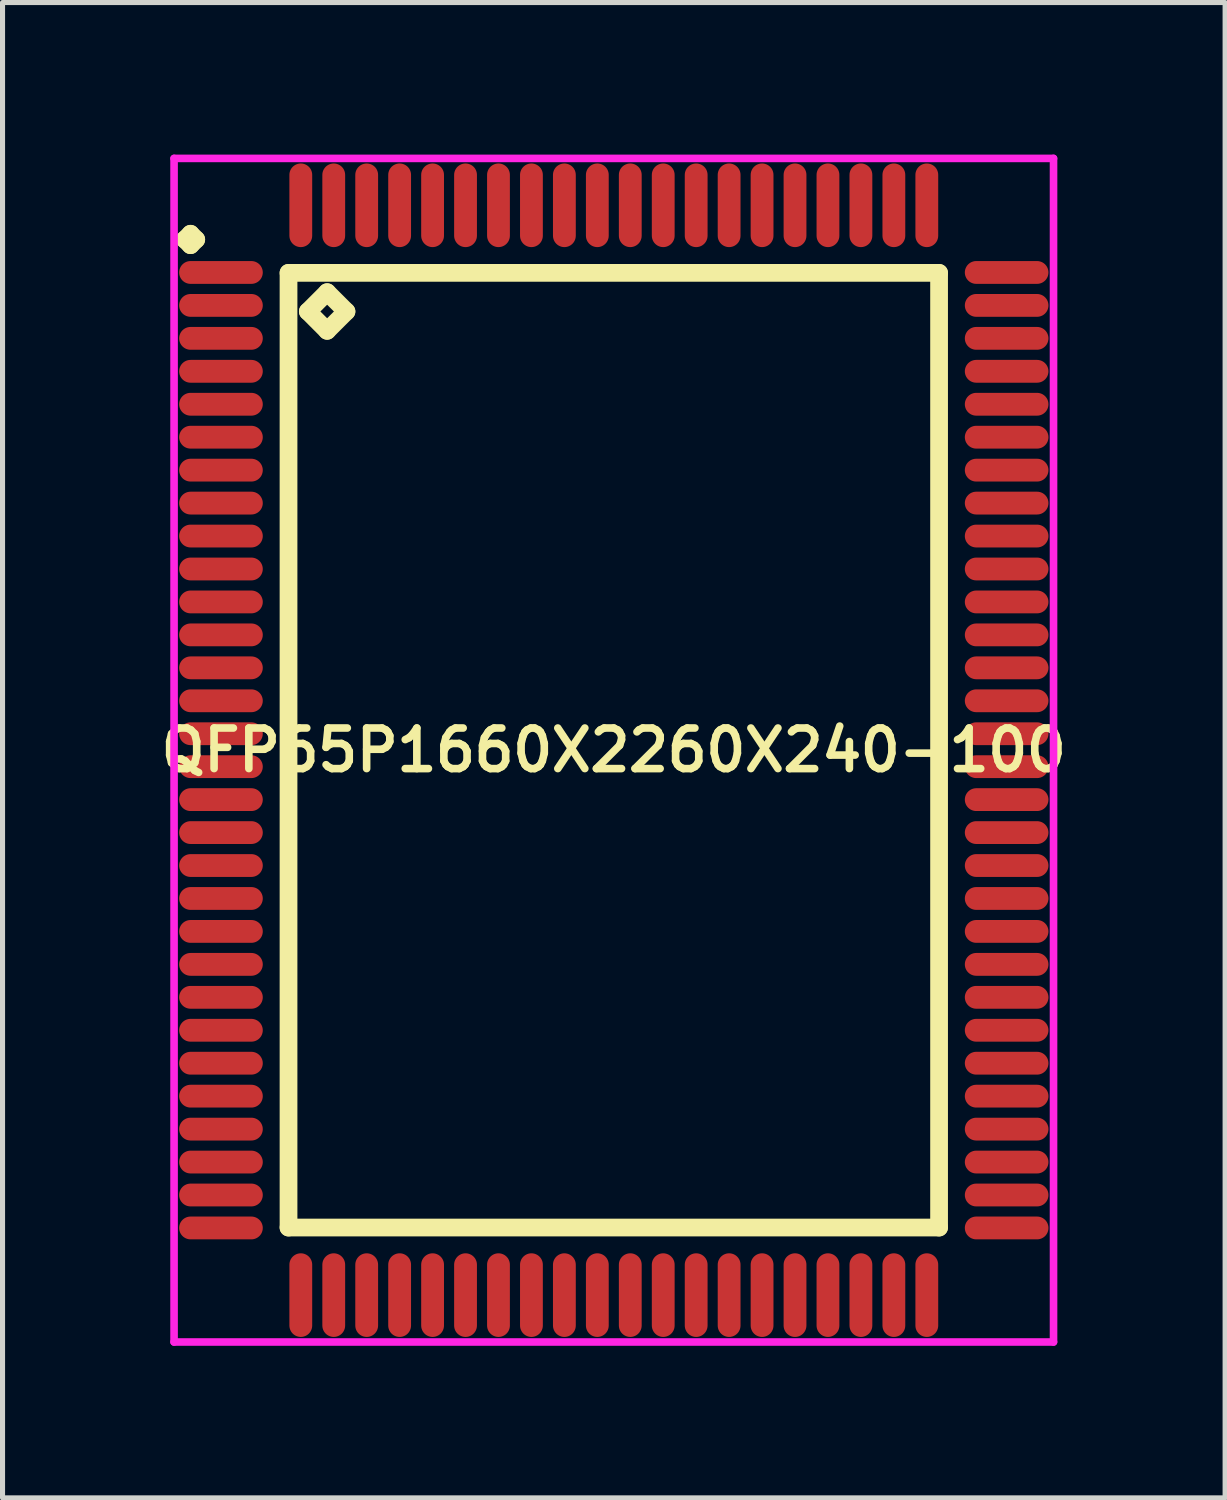
<source format=kicad_pcb>
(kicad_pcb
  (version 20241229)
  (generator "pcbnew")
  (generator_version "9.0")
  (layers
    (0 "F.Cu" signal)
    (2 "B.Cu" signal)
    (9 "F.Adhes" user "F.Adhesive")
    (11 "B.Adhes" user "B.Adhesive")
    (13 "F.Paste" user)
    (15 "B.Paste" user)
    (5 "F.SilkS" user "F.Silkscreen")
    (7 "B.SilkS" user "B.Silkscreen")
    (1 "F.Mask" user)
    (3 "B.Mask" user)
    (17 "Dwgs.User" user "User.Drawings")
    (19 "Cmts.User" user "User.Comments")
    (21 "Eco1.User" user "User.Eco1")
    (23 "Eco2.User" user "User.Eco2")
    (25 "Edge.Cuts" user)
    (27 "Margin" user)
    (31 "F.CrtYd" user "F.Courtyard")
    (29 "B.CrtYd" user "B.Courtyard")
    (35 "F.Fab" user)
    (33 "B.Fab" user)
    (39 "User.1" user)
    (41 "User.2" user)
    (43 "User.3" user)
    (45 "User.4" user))
  (footprint "QFP65P1660X2260X240-100"
    (layer "F.Cu")
    (at 9.059 11.75)
    (property "Reference" "QFP65P1660X2260X240-100" (at 0 0 0) (layer "F.SilkS") (effects (font (size 0.8 0.8) (thickness 0.15))))
    (attr through_hole)
    (fp_line (start -8.463 -10.075) (end -8.35 -10.188) (stroke (width 0.35) (type solid)) (layer "F.SilkS"))
    (fp_line (start -8.35 -10.188) (end -8.238 -10.075) (stroke (width 0.35) (type solid)) (layer "F.SilkS"))
    (fp_line (start -8.35 -9.963) (end -8.463 -10.075) (stroke (width 0.35) (type solid)) (layer "F.SilkS"))
    (fp_line (start -8.238 -10.075) (end -8.35 -9.963) (stroke (width 0.35) (type solid)) (layer "F.SilkS"))
    (fp_line (start -6.417 -9.417) (end -6.417 9.417) (stroke (width 0.35) (type solid)) (layer "F.SilkS"))
    (fp_line (start -6.417 9.417) (end 6.417 9.417) (stroke (width 0.35) (type solid)) (layer "F.SilkS"))
    (fp_line (start -6.036 -8.655) (end -5.655 -9.036) (stroke (width 0.35) (type solid)) (layer "F.SilkS"))
    (fp_line (start -5.655 -9.036) (end -5.274 -8.655) (stroke (width 0.35) (type solid)) (layer "F.SilkS"))
    (fp_line (start -5.655 -8.274) (end -6.036 -8.655) (stroke (width 0.35) (type solid)) (layer "F.SilkS"))
    (fp_line (start -5.274 -8.655) (end -5.655 -8.274) (stroke (width 0.35) (type solid)) (layer "F.SilkS"))
    (fp_line (start 6.417 -9.417) (end -6.417 -9.417) (stroke (width 0.35) (type solid)) (layer "F.SilkS"))
    (fp_line (start 6.417 9.417) (end 6.417 -9.417) (stroke (width 0.35) (type solid)) (layer "F.SilkS"))
    (fp_line (start -8.675 -11.675) (end 8.675 -11.675) (stroke (width 0.15) (type solid)) (layer "F.CrtYd"))
    (fp_line (start -8.675 11.675) (end -8.675 -11.675) (stroke (width 0.15) (type solid)) (layer "F.CrtYd"))
    (fp_line (start 8.675 -11.675) (end 8.675 11.675) (stroke (width 0.15) (type solid)) (layer "F.CrtYd"))
    (fp_line (start 8.675 11.675) (end -8.675 11.675) (stroke (width 0.15) (type solid)) (layer "F.CrtYd"))
    (pad "1" smd oval (at -7.75 -9.425) (size 1.65 0.45) (layers "F.Cu" "F.Mask" "F.Paste"))
    (pad "2" smd oval (at -7.75 -8.775) (size 1.65 0.45) (layers "F.Cu" "F.Mask" "F.Paste"))
    (pad "3" smd oval (at -7.75 -8.125) (size 1.65 0.45) (layers "F.Cu" "F.Mask" "F.Paste"))
    (pad "4" smd oval (at -7.75 -7.475) (size 1.65 0.45) (layers "F.Cu" "F.Mask" "F.Paste"))
    (pad "5" smd oval (at -7.75 -6.825) (size 1.65 0.45) (layers "F.Cu" "F.Mask" "F.Paste"))
    (pad "6" smd oval (at -7.75 -6.175) (size 1.65 0.45) (layers "F.Cu" "F.Mask" "F.Paste"))
    (pad "7" smd oval (at -7.75 -5.525) (size 1.65 0.45) (layers "F.Cu" "F.Mask" "F.Paste"))
    (pad "8" smd oval (at -7.75 -4.875) (size 1.65 0.45) (layers "F.Cu" "F.Mask" "F.Paste"))
    (pad "9" smd oval (at -7.75 -4.225) (size 1.65 0.45) (layers "F.Cu" "F.Mask" "F.Paste"))
    (pad "10" smd oval (at -7.75 -3.575) (size 1.65 0.45) (layers "F.Cu" "F.Mask" "F.Paste"))
    (pad "11" smd oval (at -7.75 -2.925) (size 1.65 0.45) (layers "F.Cu" "F.Mask" "F.Paste"))
    (pad "12" smd oval (at -7.75 -2.275) (size 1.65 0.45) (layers "F.Cu" "F.Mask" "F.Paste"))
    (pad "13" smd oval (at -7.75 -1.625) (size 1.65 0.45) (layers "F.Cu" "F.Mask" "F.Paste"))
    (pad "14" smd oval (at -7.75 -0.975) (size 1.65 0.45) (layers "F.Cu" "F.Mask" "F.Paste"))
    (pad "15" smd oval (at -7.75 -0.325) (size 1.65 0.45) (layers "F.Cu" "F.Mask" "F.Paste"))
    (pad "16" smd oval (at -7.75 0.325) (size 1.65 0.45) (layers "F.Cu" "F.Mask" "F.Paste"))
    (pad "17" smd oval (at -7.75 0.975) (size 1.65 0.45) (layers "F.Cu" "F.Mask" "F.Paste"))
    (pad "18" smd oval (at -7.75 1.625) (size 1.65 0.45) (layers "F.Cu" "F.Mask" "F.Paste"))
    (pad "19" smd oval (at -7.75 2.275) (size 1.65 0.45) (layers "F.Cu" "F.Mask" "F.Paste"))
    (pad "20" smd oval (at -7.75 2.925) (size 1.65 0.45) (layers "F.Cu" "F.Mask" "F.Paste"))
    (pad "21" smd oval (at -7.75 3.575) (size 1.65 0.45) (layers "F.Cu" "F.Mask" "F.Paste"))
    (pad "22" smd oval (at -7.75 4.225) (size 1.65 0.45) (layers "F.Cu" "F.Mask" "F.Paste"))
    (pad "23" smd oval (at -7.75 4.875) (size 1.65 0.45) (layers "F.Cu" "F.Mask" "F.Paste"))
    (pad "24" smd oval (at -7.75 5.525) (size 1.65 0.45) (layers "F.Cu" "F.Mask" "F.Paste"))
    (pad "25" smd oval (at -7.75 6.175) (size 1.65 0.45) (layers "F.Cu" "F.Mask" "F.Paste"))
    (pad "26" smd oval (at -7.75 6.825) (size 1.65 0.45) (layers "F.Cu" "F.Mask" "F.Paste"))
    (pad "27" smd oval (at -7.75 7.475) (size 1.65 0.45) (layers "F.Cu" "F.Mask" "F.Paste"))
    (pad "28" smd oval (at -7.75 8.125) (size 1.65 0.45) (layers "F.Cu" "F.Mask" "F.Paste"))
    (pad "29" smd oval (at -7.75 8.775) (size 1.65 0.45) (layers "F.Cu" "F.Mask" "F.Paste"))
    (pad "30" smd oval (at -7.75 9.425) (size 1.65 0.45) (layers "F.Cu" "F.Mask" "F.Paste"))
    (pad "31" smd oval (at -6.175 10.75) (size 0.45 1.65) (layers "F.Cu" "F.Mask" "F.Paste"))
    (pad "32" smd oval (at -5.525 10.75) (size 0.45 1.65) (layers "F.Cu" "F.Mask" "F.Paste"))
    (pad "33" smd oval (at -4.875 10.75) (size 0.45 1.65) (layers "F.Cu" "F.Mask" "F.Paste"))
    (pad "34" smd oval (at -4.225 10.75) (size 0.45 1.65) (layers "F.Cu" "F.Mask" "F.Paste"))
    (pad "35" smd oval (at -3.575 10.75) (size 0.45 1.65) (layers "F.Cu" "F.Mask" "F.Paste"))
    (pad "36" smd oval (at -2.925 10.75) (size 0.45 1.65) (layers "F.Cu" "F.Mask" "F.Paste"))
    (pad "37" smd oval (at -2.275 10.75) (size 0.45 1.65) (layers "F.Cu" "F.Mask" "F.Paste"))
    (pad "38" smd oval (at -1.625 10.75) (size 0.45 1.65) (layers "F.Cu" "F.Mask" "F.Paste"))
    (pad "39" smd oval (at -0.975 10.75) (size 0.45 1.65) (layers "F.Cu" "F.Mask" "F.Paste"))
    (pad "40" smd oval (at -0.325 10.75) (size 0.45 1.65) (layers "F.Cu" "F.Mask" "F.Paste"))
    (pad "41" smd oval (at 0.325 10.75) (size 0.45 1.65) (layers "F.Cu" "F.Mask" "F.Paste"))
    (pad "42" smd oval (at 0.975 10.75) (size 0.45 1.65) (layers "F.Cu" "F.Mask" "F.Paste"))
    (pad "43" smd oval (at 1.625 10.75) (size 0.45 1.65) (layers "F.Cu" "F.Mask" "F.Paste"))
    (pad "44" smd oval (at 2.275 10.75) (size 0.45 1.65) (layers "F.Cu" "F.Mask" "F.Paste"))
    (pad "45" smd oval (at 2.925 10.75) (size 0.45 1.65) (layers "F.Cu" "F.Mask" "F.Paste"))
    (pad "46" smd oval (at 3.575 10.75) (size 0.45 1.65) (layers "F.Cu" "F.Mask" "F.Paste"))
    (pad "47" smd oval (at 4.225 10.75) (size 0.45 1.65) (layers "F.Cu" "F.Mask" "F.Paste"))
    (pad "48" smd oval (at 4.875 10.75) (size 0.45 1.65) (layers "F.Cu" "F.Mask" "F.Paste"))
    (pad "49" smd oval (at 5.525 10.75) (size 0.45 1.65) (layers "F.Cu" "F.Mask" "F.Paste"))
    (pad "50" smd oval (at 6.175 10.75) (size 0.45 1.65) (layers "F.Cu" "F.Mask" "F.Paste"))
    (pad "51" smd oval (at 7.75 9.425) (size 1.65 0.45) (layers "F.Cu" "F.Mask" "F.Paste"))
    (pad "52" smd oval (at 7.75 8.775) (size 1.65 0.45) (layers "F.Cu" "F.Mask" "F.Paste"))
    (pad "53" smd oval (at 7.75 8.125) (size 1.65 0.45) (layers "F.Cu" "F.Mask" "F.Paste"))
    (pad "54" smd oval (at 7.75 7.475) (size 1.65 0.45) (layers "F.Cu" "F.Mask" "F.Paste"))
    (pad "55" smd oval (at 7.75 6.825) (size 1.65 0.45) (layers "F.Cu" "F.Mask" "F.Paste"))
    (pad "56" smd oval (at 7.75 6.175) (size 1.65 0.45) (layers "F.Cu" "F.Mask" "F.Paste"))
    (pad "57" smd oval (at 7.75 5.525) (size 1.65 0.45) (layers "F.Cu" "F.Mask" "F.Paste"))
    (pad "58" smd oval (at 7.75 4.875) (size 1.65 0.45) (layers "F.Cu" "F.Mask" "F.Paste"))
    (pad "59" smd oval (at 7.75 4.225) (size 1.65 0.45) (layers "F.Cu" "F.Mask" "F.Paste"))
    (pad "60" smd oval (at 7.75 3.575) (size 1.65 0.45) (layers "F.Cu" "F.Mask" "F.Paste"))
    (pad "61" smd oval (at 7.75 2.925) (size 1.65 0.45) (layers "F.Cu" "F.Mask" "F.Paste"))
    (pad "62" smd oval (at 7.75 2.275) (size 1.65 0.45) (layers "F.Cu" "F.Mask" "F.Paste"))
    (pad "63" smd oval (at 7.75 1.625) (size 1.65 0.45) (layers "F.Cu" "F.Mask" "F.Paste"))
    (pad "64" smd oval (at 7.75 0.975) (size 1.65 0.45) (layers "F.Cu" "F.Mask" "F.Paste"))
    (pad "65" smd oval (at 7.75 0.325) (size 1.65 0.45) (layers "F.Cu" "F.Mask" "F.Paste"))
    (pad "66" smd oval (at 7.75 -0.325) (size 1.65 0.45) (layers "F.Cu" "F.Mask" "F.Paste"))
    (pad "67" smd oval (at 7.75 -0.975) (size 1.65 0.45) (layers "F.Cu" "F.Mask" "F.Paste"))
    (pad "68" smd oval (at 7.75 -1.625) (size 1.65 0.45) (layers "F.Cu" "F.Mask" "F.Paste"))
    (pad "69" smd oval (at 7.75 -2.275) (size 1.65 0.45) (layers "F.Cu" "F.Mask" "F.Paste"))
    (pad "70" smd oval (at 7.75 -2.925) (size 1.65 0.45) (layers "F.Cu" "F.Mask" "F.Paste"))
    (pad "71" smd oval (at 7.75 -3.575) (size 1.65 0.45) (layers "F.Cu" "F.Mask" "F.Paste"))
    (pad "72" smd oval (at 7.75 -4.225) (size 1.65 0.45) (layers "F.Cu" "F.Mask" "F.Paste"))
    (pad "73" smd oval (at 7.75 -4.875) (size 1.65 0.45) (layers "F.Cu" "F.Mask" "F.Paste"))
    (pad "74" smd oval (at 7.75 -5.525) (size 1.65 0.45) (layers "F.Cu" "F.Mask" "F.Paste"))
    (pad "75" smd oval (at 7.75 -6.175) (size 1.65 0.45) (layers "F.Cu" "F.Mask" "F.Paste"))
    (pad "76" smd oval (at 7.75 -6.825) (size 1.65 0.45) (layers "F.Cu" "F.Mask" "F.Paste"))
    (pad "77" smd oval (at 7.75 -7.475) (size 1.65 0.45) (layers "F.Cu" "F.Mask" "F.Paste"))
    (pad "78" smd oval (at 7.75 -8.125) (size 1.65 0.45) (layers "F.Cu" "F.Mask" "F.Paste"))
    (pad "79" smd oval (at 7.75 -8.775) (size 1.65 0.45) (layers "F.Cu" "F.Mask" "F.Paste"))
    (pad "80" smd oval (at 7.75 -9.425) (size 1.65 0.45) (layers "F.Cu" "F.Mask" "F.Paste"))
    (pad "81" smd oval (at 6.175 -10.75) (size 0.45 1.65) (layers "F.Cu" "F.Mask" "F.Paste"))
    (pad "82" smd oval (at 5.525 -10.75) (size 0.45 1.65) (layers "F.Cu" "F.Mask" "F.Paste"))
    (pad "83" smd oval (at 4.875 -10.75) (size 0.45 1.65) (layers "F.Cu" "F.Mask" "F.Paste"))
    (pad "84" smd oval (at 4.225 -10.75) (size 0.45 1.65) (layers "F.Cu" "F.Mask" "F.Paste"))
    (pad "85" smd oval (at 3.575 -10.75) (size 0.45 1.65) (layers "F.Cu" "F.Mask" "F.Paste"))
    (pad "86" smd oval (at 2.925 -10.75) (size 0.45 1.65) (layers "F.Cu" "F.Mask" "F.Paste"))
    (pad "87" smd oval (at 2.275 -10.75) (size 0.45 1.65) (layers "F.Cu" "F.Mask" "F.Paste"))
    (pad "88" smd oval (at 1.625 -10.75) (size 0.45 1.65) (layers "F.Cu" "F.Mask" "F.Paste"))
    (pad "89" smd oval (at 0.975 -10.75) (size 0.45 1.65) (layers "F.Cu" "F.Mask" "F.Paste"))
    (pad "90" smd oval (at 0.325 -10.75) (size 0.45 1.65) (layers "F.Cu" "F.Mask" "F.Paste"))
    (pad "91" smd oval (at -0.325 -10.75) (size 0.45 1.65) (layers "F.Cu" "F.Mask" "F.Paste"))
    (pad "92" smd oval (at -0.975 -10.75) (size 0.45 1.65) (layers "F.Cu" "F.Mask" "F.Paste"))
    (pad "93" smd oval (at -1.625 -10.75) (size 0.45 1.65) (layers "F.Cu" "F.Mask" "F.Paste"))
    (pad "94" smd oval (at -2.275 -10.75) (size 0.45 1.65) (layers "F.Cu" "F.Mask" "F.Paste"))
    (pad "95" smd oval (at -2.925 -10.75) (size 0.45 1.65) (layers "F.Cu" "F.Mask" "F.Paste"))
    (pad "96" smd oval (at -3.575 -10.75) (size 0.45 1.65) (layers "F.Cu" "F.Mask" "F.Paste"))
    (pad "97" smd oval (at -4.225 -10.75) (size 0.45 1.65) (layers "F.Cu" "F.Mask" "F.Paste"))
    (pad "98" smd oval (at -4.875 -10.75) (size 0.45 1.65) (layers "F.Cu" "F.Mask" "F.Paste"))
    (pad "99" smd oval (at -5.525 -10.75) (size 0.45 1.65) (layers "F.Cu" "F.Mask" "F.Paste"))
    (pad "100" smd oval (at -6.175 -10.75) (size 0.45 1.65) (layers "F.Cu" "F.Mask" "F.Paste")))
  (gr_rect
    (start -3 -3)
    (end 21.119 26.5)
    (stroke (width 0.1) (type default))
    (fill no)
    (layer "Edge.Cuts")))
</source>
